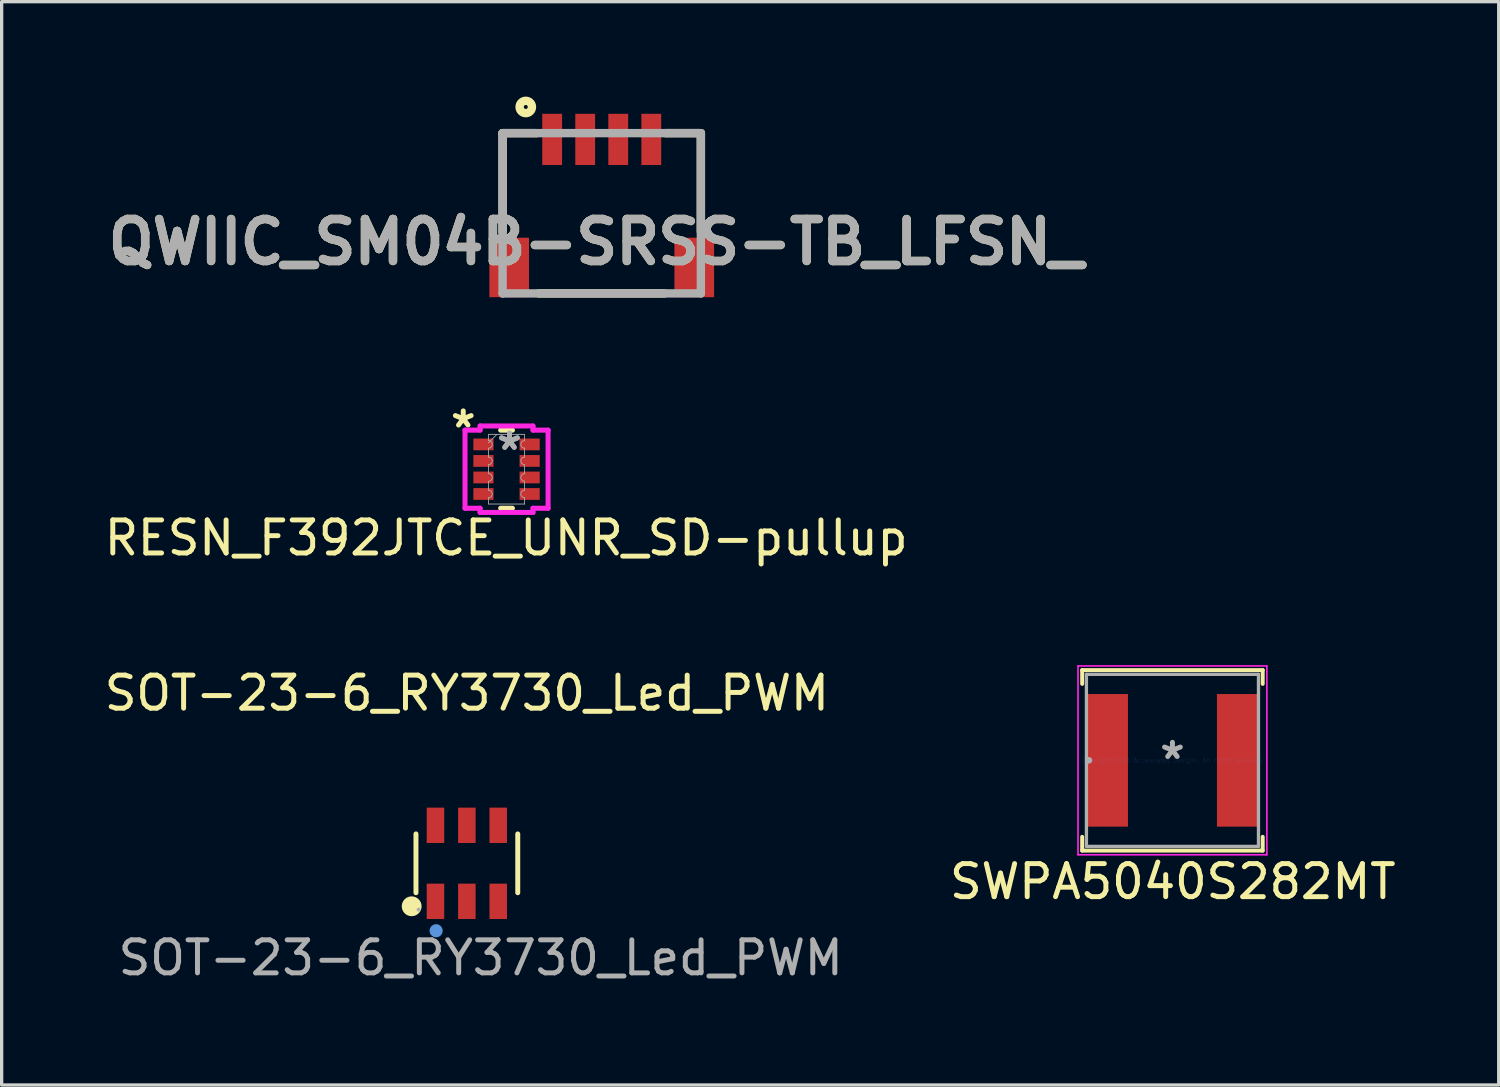
<source format=kicad_pcb>
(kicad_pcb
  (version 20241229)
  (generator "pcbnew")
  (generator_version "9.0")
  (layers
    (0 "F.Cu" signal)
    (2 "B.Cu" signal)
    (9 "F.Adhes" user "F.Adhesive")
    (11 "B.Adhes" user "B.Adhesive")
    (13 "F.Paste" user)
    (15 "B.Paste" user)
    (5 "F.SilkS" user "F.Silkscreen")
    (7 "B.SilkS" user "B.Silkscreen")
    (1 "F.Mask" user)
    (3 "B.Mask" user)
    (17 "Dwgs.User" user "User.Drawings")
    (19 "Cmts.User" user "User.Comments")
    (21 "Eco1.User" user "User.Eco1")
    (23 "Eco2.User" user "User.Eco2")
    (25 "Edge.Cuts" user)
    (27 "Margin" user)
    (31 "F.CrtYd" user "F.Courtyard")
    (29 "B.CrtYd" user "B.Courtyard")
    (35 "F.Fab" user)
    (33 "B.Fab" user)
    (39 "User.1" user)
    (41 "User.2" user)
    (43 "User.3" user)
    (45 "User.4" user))
  (footprint "RESN_F392JTCE_UNR_SD-pullup"
    (layer "F.Cu")
    (at 12.278 11.148)
    (property "Reference" "RESN_F392JTCE_UNR_SD-pullup" (at -0.01 2.08 0) (unlocked yes) (layer "F.SilkS") (effects (font (size 1 1) (thickness 0.15))))
    (attr smd)
    (fp_line (start -0.178 -1.181) (end 0.178 -1.181) (stroke (width 0.152) (type solid)) (layer "F.SilkS"))
    (fp_line (start -0.178 1.181) (end 0.178 1.181) (stroke (width 0.152) (type solid)) (layer "F.SilkS"))
    (fp_line (start -1.257 -1.182) (end -0.8 -1.182) (stroke (width 0.152) (type solid)) (layer "F.CrtYd"))
    (fp_line (start -1.257 1.182) (end -1.257 -1.182) (stroke (width 0.152) (type solid)) (layer "F.CrtYd"))
    (fp_line (start -1.257 1.182) (end -0.8 1.182) (stroke (width 0.152) (type solid)) (layer "F.CrtYd"))
    (fp_line (start -0.8 -1.308) (end 0.8 -1.308) (stroke (width 0.152) (type solid)) (layer "F.CrtYd"))
    (fp_line (start -0.8 -1.182) (end -0.8 -1.308) (stroke (width 0.152) (type solid)) (layer "F.CrtYd"))
    (fp_line (start -0.8 1.308) (end -0.8 1.182) (stroke (width 0.152) (type solid)) (layer "F.CrtYd"))
    (fp_line (start 0.8 -1.308) (end 0.8 -1.182) (stroke (width 0.152) (type solid)) (layer "F.CrtYd"))
    (fp_line (start 0.8 1.182) (end 0.8 1.308) (stroke (width 0.152) (type solid)) (layer "F.CrtYd"))
    (fp_line (start 0.8 1.308) (end -0.8 1.308) (stroke (width 0.152) (type solid)) (layer "F.CrtYd"))
    (fp_line (start 1.257 -1.182) (end 0.8 -1.182) (stroke (width 0.152) (type solid)) (layer "F.CrtYd"))
    (fp_line (start 1.257 -1.182) (end 1.257 1.182) (stroke (width 0.152) (type solid)) (layer "F.CrtYd"))
    (fp_line (start 1.257 1.182) (end 0.8 1.182) (stroke (width 0.152) (type solid)) (layer "F.CrtYd"))
    (fp_line (start -0.546 -1.054) (end 0.546 -1.054) (stroke (width 0.025) (type solid)) (layer "F.Fab"))
    (fp_line (start -0.546 -0.864) (end -0.546 -1.054) (stroke (width 0.025) (type solid)) (layer "F.Fab"))
    (fp_line (start -0.546 -0.636) (end -0.546 -0.364) (stroke (width 0.025) (type solid)) (layer "F.Fab"))
    (fp_line (start -0.546 -0.136) (end -0.546 0.136) (stroke (width 0.025) (type solid)) (layer "F.Fab"))
    (fp_line (start -0.546 0.364) (end -0.546 0.636) (stroke (width 0.025) (type solid)) (layer "F.Fab"))
    (fp_line (start -0.546 0.864) (end -0.546 1.054) (stroke (width 0.025) (type solid)) (layer "F.Fab"))
    (fp_line (start -0.546 1.054) (end 0.546 1.054) (stroke (width 0.025) (type solid)) (layer "F.Fab"))
    (fp_line (start -0.292 -1.054) (end -0.546 -0.8) (stroke (width 0.025) (type solid)) (layer "F.Fab"))
    (fp_line (start 0.546 -0.864) (end 0.546 -1.054) (stroke (width 0.025) (type solid)) (layer "F.Fab"))
    (fp_line (start 0.546 -0.636) (end 0.546 -0.364) (stroke (width 0.025) (type solid)) (layer "F.Fab"))
    (fp_line (start 0.546 -0.136) (end 0.546 0.136) (stroke (width 0.025) (type solid)) (layer "F.Fab"))
    (fp_line (start 0.546 0.364) (end 0.546 0.636) (stroke (width 0.025) (type solid)) (layer "F.Fab"))
    (fp_line (start 0.546 0.864) (end 0.546 1.054) (stroke (width 0.025) (type solid)) (layer "F.Fab"))
    (fp_arc (start -0.5461 -0.864489) (mid -0.4318 -0.750189) (end -0.5461 -0.635889) (stroke (width 0.0254) (type solid)) (layer "F.Fab"))
    (fp_arc (start -0.5461 -0.364363) (mid -0.4318 -0.250063) (end -0.5461 -0.135763) (stroke (width 0.0254) (type solid)) (layer "F.Fab"))
    (fp_arc (start -0.5461 0.135763) (mid -0.4318 0.250063) (end -0.5461 0.364363) (stroke (width 0.0254) (type solid)) (layer "F.Fab"))
    (fp_arc (start -0.5461 0.635889) (mid -0.4318 0.750189) (end -0.5461 0.864489) (stroke (width 0.0254) (type solid)) (layer "F.Fab"))
    (fp_arc (start 0.5461 -0.635889) (mid 0.4318 -0.750189) (end 0.5461 -0.864489) (stroke (width 0.0254) (type solid)) (layer "F.Fab"))
    (fp_arc (start 0.5461 -0.135763) (mid 0.4318 -0.250063) (end 0.5461 -0.364363) (stroke (width 0.0254) (type solid)) (layer "F.Fab"))
    (fp_arc (start 0.5461 0.364363) (mid 0.4318 0.250063) (end 0.5461 0.135763) (stroke (width 0.0254) (type solid)) (layer "F.Fab"))
    (fp_arc (start 0.5461 0.864489) (mid 0.4318 0.750189) (end 0.5461 0.635889) (stroke (width 0.0254) (type solid)) (layer "F.Fab"))
    (fp_text user "*" (at -1.31 -1.22 0) (unlocked yes) (layer "F.SilkS") (effects (font (size 1 1) (thickness 0.15))))
    (fp_text user "*" (at 0.089 -0.546 0) (layer "F.Fab") (effects (font (size 1 1) (thickness 0.15))))
    (fp_text user "*" (at 0.089 -0.546 0) (unlocked yes) (layer "F.Fab") (effects (font (size 1 1) (thickness 0.15))))
    (pad "1" smd rect (at -0.699 -0.75) (size 0.61 0.356) (layers "F.Cu" "F.Mask" "F.Paste"))
    (pad "2" smd rect (at -0.699 -0.25) (size 0.61 0.356) (layers "F.Cu" "F.Mask" "F.Paste"))
    (pad "3" smd rect (at -0.699 0.25) (size 0.61 0.356) (layers "F.Cu" "F.Mask" "F.Paste"))
    (pad "4" smd rect (at -0.699 0.75) (size 0.61 0.356) (layers "F.Cu" "F.Mask" "F.Paste"))
    (pad "5" smd rect (at 0.699 0.75) (size 0.61 0.356) (layers "F.Cu" "F.Mask" "F.Paste"))
    (pad "6" smd rect (at 0.699 0.25) (size 0.61 0.356) (layers "F.Cu" "F.Mask" "F.Paste"))
    (pad "7" smd rect (at 0.699 -0.25) (size 0.61 0.356) (layers "F.Cu" "F.Mask" "F.Paste"))
    (pad "8" smd rect (at 0.699 -0.75) (size 0.61 0.356) (layers "F.Cu" "F.Mask" "F.Paste")))
  (footprint "SOT-23-6_RY3730_Led_PWM"
    (layer "F.Cu")
    (at 11.077 23.074)
    (property "Reference" "SOT-23-6_RY3730_Led_PWM" (at 0 -5.15 0) (layer "F.SilkS") (effects (font (size 1 1) (thickness 0.15))))
    (attr smd)
    (fp_line (start -1.54 0.89) (end -1.54 -0.89) (stroke (width 0.15) (type solid)) (layer "F.SilkS"))
    (fp_line (start 1.54 0.89) (end 1.54 -0.89) (stroke (width 0.15) (type solid)) (layer "F.SilkS"))
    (fp_circle (center -1.67 1.3) (end -1.52 1.3) (stroke (width 0.3) (type solid)) (fill no) (layer "F.SilkS"))
    (fp_circle (center -0.93 2.04) (end -0.83 2.04) (stroke (width 0.2) (type solid)) (fill no) (layer "Cmts.User"))
    (fp_circle (center -1.46 1.4) (end -1.43 1.4) (stroke (width 0.06) (type solid)) (fill no) (layer "F.Fab"))
    (fp_text user "${REFERENCE}" (at 0.42 2.86 0) (layer "F.Fab") (effects (font (size 1 1) (thickness 0.15))))
    (pad "1" smd rect (at -0.95 1.15) (size 0.53 1.07) (layers "F.Cu" "F.Mask" "F.Paste"))
    (pad "2" smd rect (at 0 1.15) (size 0.53 1.07) (layers "F.Cu" "F.Mask" "F.Paste"))
    (pad "3" smd rect (at 0.95 1.15) (size 0.53 1.07) (layers "F.Cu" "F.Mask" "F.Paste"))
    (pad "4" smd rect (at 0.95 -1.15) (size 0.53 1.07) (layers "F.Cu" "F.Mask" "F.Paste"))
    (pad "5" smd rect (at 0 -1.15) (size 0.53 1.07) (layers "F.Cu" "F.Mask" "F.Paste"))
    (pad "6" smd rect (at -0.95 -1.15) (size 0.53 1.07) (layers "F.Cu" "F.Mask" "F.Paste")))
  (footprint "SWPA5040S282MT"
    (layer "F.Cu")
    (at 32.428 19.958)
    (property "Reference" "SWPA5040S282MT" (at 0.01 3.67 0) (layer "F.SilkS") (effects (font (size 1 1) (thickness 0.15))))
    (attr smd)
    (fp_line (start -2.731 -2.731) (end -2.731 -2.314) (stroke (width 0.12) (type solid)) (layer "F.SilkS"))
    (fp_line (start -2.731 2.314) (end -2.731 2.731) (stroke (width 0.12) (type solid)) (layer "F.SilkS"))
    (fp_line (start -2.731 2.731) (end 2.731 2.731) (stroke (width 0.12) (type solid)) (layer "F.SilkS"))
    (fp_line (start 2.731 -2.731) (end -2.731 -2.731) (stroke (width 0.12) (type solid)) (layer "F.SilkS"))
    (fp_line (start 2.731 -2.314) (end 2.731 -2.731) (stroke (width 0.12) (type solid)) (layer "F.SilkS"))
    (fp_line (start 2.731 2.731) (end 2.731 2.314) (stroke (width 0.12) (type solid)) (layer "F.SilkS"))
    (fp_line (start -2.857 -2.857) (end -2.857 2.857) (stroke (width 0.05) (type solid)) (layer "F.CrtYd"))
    (fp_line (start -2.857 -2.857) (end 2.857 -2.857) (stroke (width 0.05) (type solid)) (layer "F.CrtYd"))
    (fp_line (start 2.857 -2.857) (end 2.857 2.857) (stroke (width 0.05) (type solid)) (layer "F.CrtYd"))
    (fp_line (start 2.857 2.857) (end -2.857 2.857) (stroke (width 0.05) (type solid)) (layer "F.CrtYd"))
    (fp_line (start -2.603 -2.603) (end -2.603 2.603) (stroke (width 0.1) (type solid)) (layer "F.Fab"))
    (fp_line (start -2.603 2.603) (end 2.603 2.603) (stroke (width 0.1) (type solid)) (layer "F.Fab"))
    (fp_line (start 2.603 -2.603) (end -2.603 -2.603) (stroke (width 0.1) (type solid)) (layer "F.Fab"))
    (fp_line (start 2.603 2.603) (end 2.603 -2.603) (stroke (width 0.1) (type solid)) (layer "F.Fab"))
    (fp_circle (center -2.527 0) (end -2.527 0) (stroke (width 0.1) (type solid)) (fill no) (layer "F.Fab"))
    (fp_text user "Copyright 2021 Accelerated Designs. All rights reserved." (at 0 0 0) (layer "Cmts.User") (effects (font (size 0.127 0.127) (thickness 0.002))))
    (fp_text user "*" (at 0 0 0) (layer "F.Fab") (effects (font (size 1 1) (thickness 0.15))))
    (pad "1" smd rect (at -1.975 0) (size 1.257 4.013) (layers "F.Cu" "F.Mask" "F.Paste"))
    (pad "2" smd rect (at 1.975 0) (size 1.257 4.013) (layers "F.Cu" "F.Mask" "F.Paste")))
  (footprint "QWIIC_SM04B-SRSS-TB_LFSN_"
    (layer "F.Cu")
    (at 12.158 5.829)
    (property "Reference" "QWIIC_SM04B-SRSS-TB_LFSN_" (at 2.822 -1.556 0) (layer "F.SilkS") (effects (font (size 1.27 1.27) (thickness 0.254))))
    (attr smd)
    (fp_line (start 0 -4.85) (end 0 -1.87) (stroke (width 0.254) (type solid)) (layer "F.SilkS"))
    (fp_line (start 0 -4.85) (end 1.029 -4.85) (stroke (width 0.254) (type solid)) (layer "F.SilkS"))
    (fp_line (start 1.094 0) (end 4.903 0) (stroke (width 0.254) (type solid)) (layer "F.SilkS"))
    (fp_line (start 6 -4.85) (end 4.937 -4.85) (stroke (width 0.254) (type solid)) (layer "F.SilkS"))
    (fp_line (start 6 -4.85) (end 6 -1.87) (stroke (width 0.254) (type solid)) (layer "F.SilkS"))
    (fp_circle (center 0.702 -5.642) (end 0.702 -5.582) (stroke (width 0.254) (type solid)) (fill no) (layer "F.SilkS"))
    (fp_line (start 0 -4.85) (end 6 -4.85) (stroke (width 0.254) (type solid)) (layer "F.Fab"))
    (fp_line (start 0 0) (end 0 -4.85) (stroke (width 0.254) (type solid)) (layer "F.Fab"))
    (fp_line (start 6 -4.85) (end 6 0) (stroke (width 0.254) (type solid)) (layer "F.Fab"))
    (fp_line (start 6 0) (end 0 0) (stroke (width 0.254) (type solid)) (layer "F.Fab"))
    (fp_text user "${REFERENCE}" (at 2.822 -1.556 0) (layer "F.Fab") (effects (font (size 1.27 1.27) (thickness 0.254))))
    (pad "1" smd rect (at 1.5 -4.661) (size 0.6 1.55) (layers "F.Cu" "F.Mask" "F.Paste"))
    (pad "2" smd rect (at 2.5 -4.661) (size 0.6 1.55) (layers "F.Cu" "F.Mask" "F.Paste"))
    (pad "3" smd rect (at 3.5 -4.661) (size 0.6 1.55) (layers "F.Cu" "F.Mask" "F.Paste"))
    (pad "4" smd rect (at 4.5 -4.661) (size 0.6 1.55) (layers "F.Cu" "F.Mask" "F.Paste"))
    (pad "5" smd rect (at 0.2 -0.786) (size 1.2 1.8) (layers "F.Cu" "F.Mask" "F.Paste"))
    (pad "6" smd rect (at 5.8 -0.786) (size 1.2 1.8) (layers "F.Cu" "F.Mask" "F.Paste")))
  (gr_rect
    (start -3 -3)
    (end 42.301 29.782)
    (stroke (width 0.1) (type default))
    (fill no)
    (layer "Edge.Cuts")))
</source>
